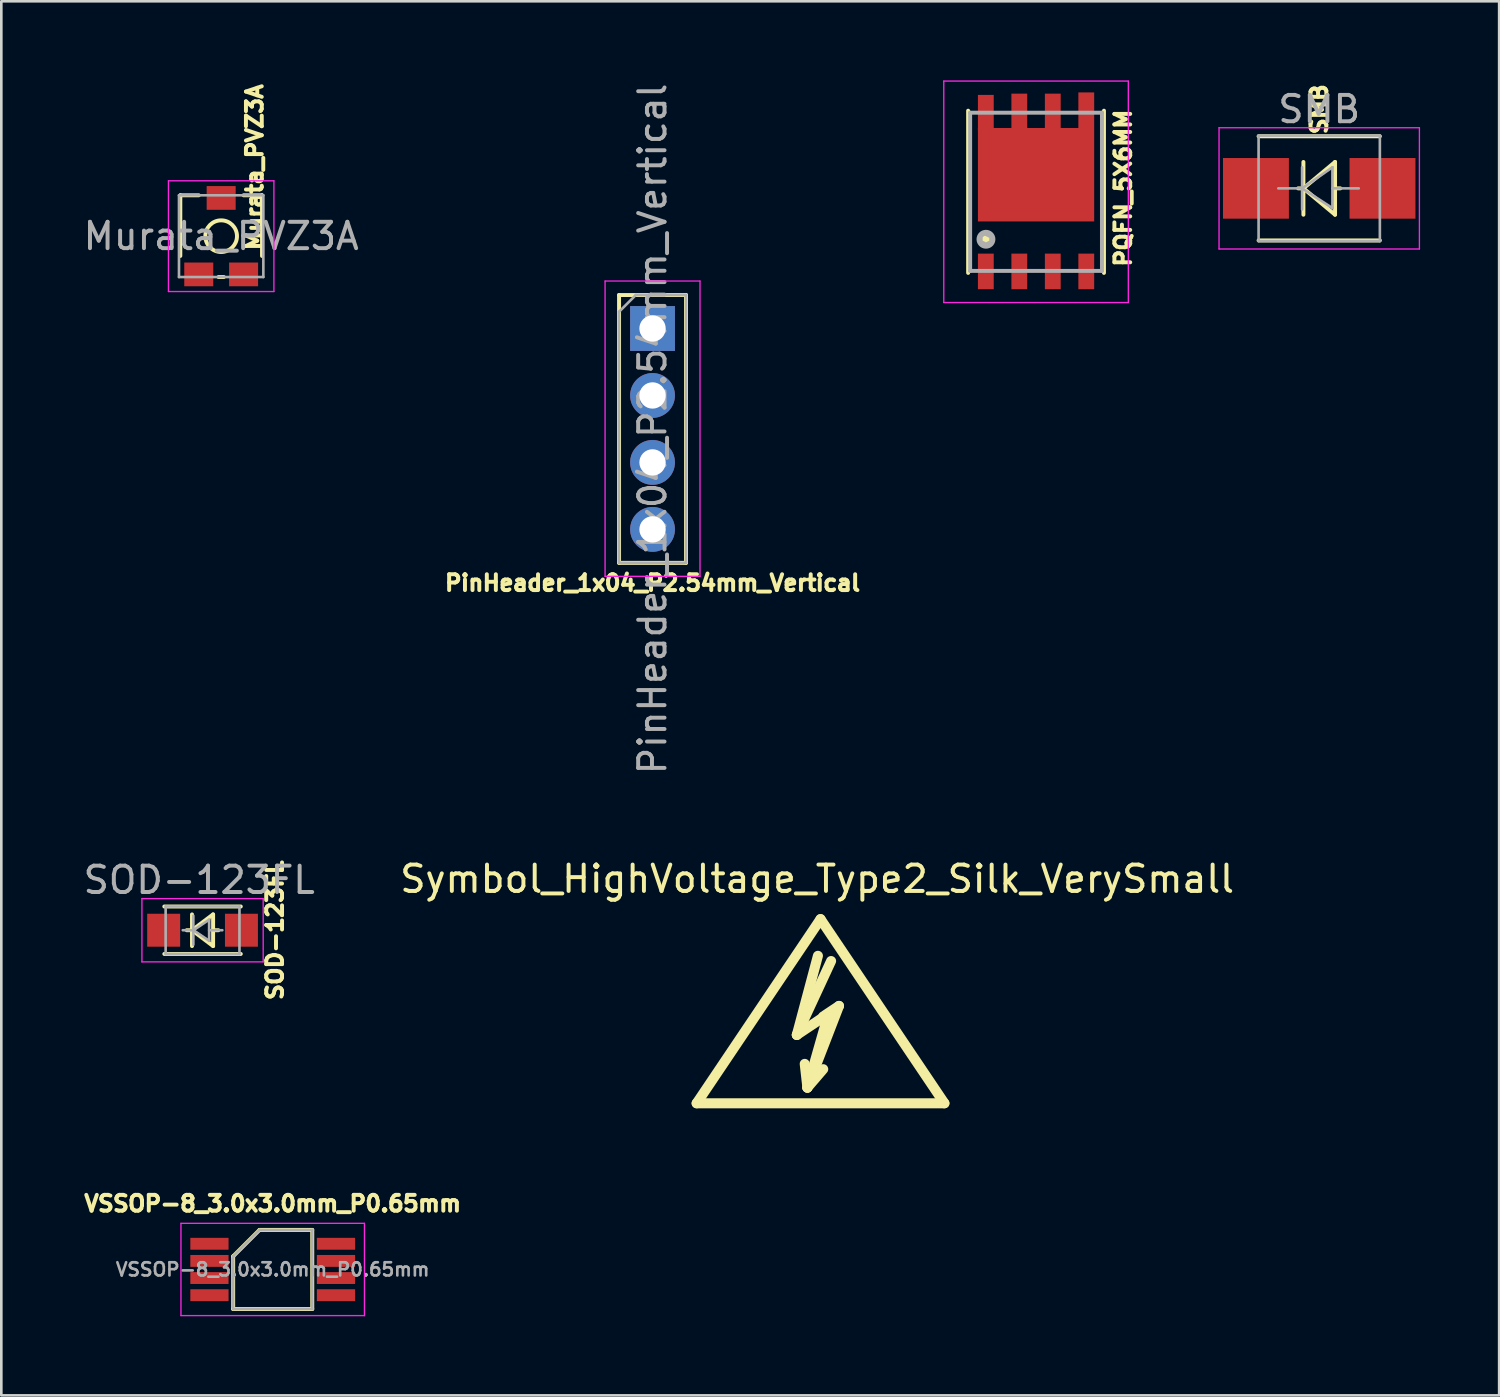
<source format=kicad_pcb>
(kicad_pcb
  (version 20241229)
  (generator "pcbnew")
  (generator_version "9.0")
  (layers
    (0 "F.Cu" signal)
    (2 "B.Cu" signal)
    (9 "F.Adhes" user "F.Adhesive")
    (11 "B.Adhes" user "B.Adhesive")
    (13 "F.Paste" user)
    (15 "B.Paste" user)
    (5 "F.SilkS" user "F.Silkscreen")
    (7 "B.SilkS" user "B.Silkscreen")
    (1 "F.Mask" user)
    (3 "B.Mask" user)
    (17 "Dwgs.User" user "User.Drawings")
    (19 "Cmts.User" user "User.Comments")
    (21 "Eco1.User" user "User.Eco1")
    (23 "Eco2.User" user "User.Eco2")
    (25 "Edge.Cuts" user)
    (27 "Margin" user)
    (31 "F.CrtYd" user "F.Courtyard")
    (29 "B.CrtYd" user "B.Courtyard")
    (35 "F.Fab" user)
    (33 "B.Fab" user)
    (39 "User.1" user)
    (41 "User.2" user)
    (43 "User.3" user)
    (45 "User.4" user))
  (footprint "SOD-123FL"
    (layer "F.Cu")
    (at 4.633 32.234)
    (property "Reference" "SOD-123FL" (at 2.745 0 90) (layer "F.SilkS") (effects (font (size 0.6 0.6) (thickness 0.15))))
    (attr smd)
    (fp_line (start -1.45 0.9) (end 1.45 0.9) (stroke (width 0.15) (type solid)) (layer "F.SilkS"))
    (fp_line (start -0.6 0) (end -0.4 0) (stroke (width 0.15) (type solid)) (layer "F.SilkS"))
    (fp_line (start -0.4 -0.6) (end -0.4 0.6) (stroke (width 0.15) (type solid)) (layer "F.SilkS"))
    (fp_line (start -0.4 0) (end 0.4 0.6) (stroke (width 0.15) (type solid)) (layer "F.SilkS"))
    (fp_line (start 0.4 -0.6) (end -0.4 0) (stroke (width 0.15) (type solid)) (layer "F.SilkS"))
    (fp_line (start 0.4 -0.6) (end 0.4 0.6) (stroke (width 0.15) (type solid)) (layer "F.SilkS"))
    (fp_line (start 0.6 0) (end 0.4 0) (stroke (width 0.15) (type solid)) (layer "F.SilkS"))
    (fp_line (start 1.45 -0.9) (end -1.45 -0.9) (stroke (width 0.15) (type solid)) (layer "F.SilkS"))
    (fp_line (start -2.3 -1.2) (end -2.3 1.2) (stroke (width 0.05) (type solid)) (layer "F.CrtYd"))
    (fp_line (start -2.3 -1.2) (end 2.3 -1.2) (stroke (width 0.05) (type solid)) (layer "F.CrtYd"))
    (fp_line (start 2.3 -1.2) (end 2.3 1.2) (stroke (width 0.05) (type solid)) (layer "F.CrtYd"))
    (fp_line (start 2.3 1.2) (end -2.3 1.2) (stroke (width 0.05) (type solid)) (layer "F.CrtYd"))
    (fp_line (start -1.4 -0.9) (end 1.4 -0.9) (stroke (width 0.1) (type solid)) (layer "F.Fab"))
    (fp_line (start -1.4 0.9) (end -1.4 -0.9) (stroke (width 0.1) (type solid)) (layer "F.Fab"))
    (fp_line (start -0.75 0) (end -0.35 0) (stroke (width 0.1) (type solid)) (layer "F.Fab"))
    (fp_line (start -0.35 0) (end -0.35 -0.55) (stroke (width 0.1) (type solid)) (layer "F.Fab"))
    (fp_line (start -0.35 0) (end -0.35 0.55) (stroke (width 0.1) (type solid)) (layer "F.Fab"))
    (fp_line (start -0.35 0) (end 0.25 -0.4) (stroke (width 0.1) (type solid)) (layer "F.Fab"))
    (fp_line (start 0.25 -0.4) (end 0.25 0.4) (stroke (width 0.1) (type solid)) (layer "F.Fab"))
    (fp_line (start 0.25 0) (end 0.75 0) (stroke (width 0.1) (type solid)) (layer "F.Fab"))
    (fp_line (start 0.25 0.4) (end -0.35 0) (stroke (width 0.1) (type solid)) (layer "F.Fab"))
    (fp_line (start 1.4 -0.9) (end 1.4 0.9) (stroke (width 0.1) (type solid)) (layer "F.Fab"))
    (fp_line (start 1.4 0.9) (end -1.4 0.9) (stroke (width 0.1) (type solid)) (layer "F.Fab"))
    (fp_text user "${REFERENCE}" (at -0.127 -1.905 0) (layer "F.Fab") (effects (font (size 1 1) (thickness 0.15))))
    (pad "1" smd rect (at -1.475 0) (size 1.25 1.25) (layers "F.Cu" "F.Mask" "F.Paste"))
    (pad "2" smd rect (at 1.475 0) (size 1.25 1.25) (layers "F.Cu" "F.Mask" "F.Paste")))
  (footprint "PQFN_5X6MM"
    (layer "F.Cu")
    (at 36.248 4.225)
    (property "Reference" "PQFN_5X6MM" (at 3.302 -0.14 270) (layer "F.SilkS") (effects (font (size 0.6 0.6) (thickness 0.15))))
    (attr through_hole)
    (fp_line (start -2.576 3.076) (end -2.576 -3.076) (stroke (width 0.15) (type solid)) (layer "F.SilkS"))
    (fp_line (start 2.576 3.076) (end 2.576 -3.076) (stroke (width 0.15) (type solid)) (layer "F.SilkS"))
    (fp_circle (center -1.9 1.8) (end -1.7 1.7) (stroke (width 0.15) (type solid)) (fill no) (layer "F.SilkS"))
    (fp_poly (pts (xy -2.1 1.8) (xy -2 1.6) (xy -1.7 1.7) (xy -1.8 2) (xy -2 2)) (stroke (width 0.15) (type solid)) (fill yes) (layer "F.SilkS"))
    (fp_line (start -3.5 -4.2) (end -3.5 4.2) (stroke (width 0.05) (type solid)) (layer "F.CrtYd"))
    (fp_line (start -3.5 4.2) (end 3.5 4.2) (stroke (width 0.05) (type solid)) (layer "F.CrtYd"))
    (fp_line (start 3.5 -4.2) (end -3.5 -4.2) (stroke (width 0.05) (type solid)) (layer "F.CrtYd"))
    (fp_line (start 3.5 4.2) (end 3.5 -4.2) (stroke (width 0.05) (type solid)) (layer "F.CrtYd"))
    (fp_line (start -2.5 -3) (end 2.5 -3) (stroke (width 0.15) (type solid)) (layer "F.Fab"))
    (fp_line (start -2.5 3) (end -2.5 -3) (stroke (width 0.15) (type solid)) (layer "F.Fab"))
    (fp_line (start 2.5 -3) (end 2.5 3) (stroke (width 0.15) (type solid)) (layer "F.Fab"))
    (fp_line (start 2.5 3) (end -2.5 3) (stroke (width 0.15) (type solid)) (layer "F.Fab"))
    (fp_circle (center -1.9 1.8) (end -1.7 1.6) (stroke (width 0.15) (type solid)) (fill no) (layer "F.Fab"))
    (fp_poly (pts (xy -2.1 1.7) (xy -2 1.6) (xy -1.9 1.6) (xy -1.7 1.7) (xy -1.7 1.9) (xy -1.9 2) (xy -2.1 1.9)) (stroke (width 0.15) (type solid)) (fill no) (layer "F.Fab"))
    (pad "1" smd rect (at -1.905 3.02) (size 0.6 1.35) (layers "F.Cu" "F.Mask" "F.Paste"))
    (pad "2" smd rect (at -0.635 3.02) (size 0.6 1.35) (layers "F.Cu" "F.Mask" "F.Paste"))
    (pad "3" smd rect (at 0.635 3.02) (size 0.6 1.35) (layers "F.Cu" "F.Mask" "F.Paste"))
    (pad "4" smd rect (at 1.905 3.02) (size 0.6 1.35) (layers "F.Cu" "F.Mask" "F.Paste"))
    (pad "5" smd rect (at 0 -0.648) (size 4.41 3.545) (layers "F.Cu" "F.Mask" "F.Paste"))
    (pad "5" smd rect (at 1.905 -3.095) (size 0.6 1.35) (layers "F.Cu" "F.Mask" "F.Paste"))
    (pad "6" smd rect (at 0.635 -3.048) (size 0.6 1.35) (layers "F.Cu" "F.Mask" "F.Paste"))
    (pad "7" smd rect (at -0.635 -3.048) (size 0.6 1.35) (layers "F.Cu" "F.Mask" "F.Paste"))
    (pad "8" smd rect (at -1.905 -3) (size 0.6 1.35) (layers "F.Cu" "F.Mask" "F.Paste")))
  (footprint "VSSOP-8_3.0x3.0mm_P0.65mm"
    (layer "F.Cu")
    (at 7.294 45.102)
    (property "Reference" "VSSOP-8_3.0x3.0mm_P0.65mm" (at 0 -2.5 0) (layer "F.SilkS") (effects (font (size 0.6 0.6) (thickness 0.15))))
    (attr smd)
    (fp_line (start -1.5 1.5) (end -1.5 -0.5) (stroke (width 0.15) (type solid)) (layer "F.SilkS"))
    (fp_line (start -0.5 -1.5) (end -1.5 -0.5) (stroke (width 0.15) (type solid)) (layer "F.SilkS"))
    (fp_line (start -0.5 -1.5) (end 1.5 -1.5) (stroke (width 0.15) (type solid)) (layer "F.SilkS"))
    (fp_line (start 1.5 -1.5) (end 1.5 1.5) (stroke (width 0.15) (type solid)) (layer "F.SilkS"))
    (fp_line (start 1.5 1.5) (end -1.5 1.5) (stroke (width 0.15) (type solid)) (layer "F.SilkS"))
    (fp_line (start -3.48 -1.75) (end 3.48 -1.75) (stroke (width 0.05) (type solid)) (layer "F.CrtYd"))
    (fp_line (start -3.48 1.75) (end -3.48 -1.75) (stroke (width 0.05) (type solid)) (layer "F.CrtYd"))
    (fp_line (start 3.48 -1.75) (end 3.48 1.75) (stroke (width 0.05) (type solid)) (layer "F.CrtYd"))
    (fp_line (start 3.48 1.75) (end -3.48 1.75) (stroke (width 0.05) (type solid)) (layer "F.CrtYd"))
    (fp_line (start -1.5 1.5) (end -1.5 -0.5) (stroke (width 0.1) (type solid)) (layer "F.Fab"))
    (fp_line (start -0.5 -1.5) (end -1.5 -0.5) (stroke (width 0.1) (type solid)) (layer "F.Fab"))
    (fp_line (start -0.5 -1.5) (end 1.5 -1.5) (stroke (width 0.1) (type solid)) (layer "F.Fab"))
    (fp_line (start 1.5 -1.5) (end 1.5 1.5) (stroke (width 0.1) (type solid)) (layer "F.Fab"))
    (fp_line (start 1.5 1.5) (end -1.5 1.5) (stroke (width 0.1) (type solid)) (layer "F.Fab"))
    (fp_text user "${REFERENCE}" (at 0 0 0) (layer "F.Fab") (effects (font (size 0.5 0.5) (thickness 0.1))))
    (pad "1" smd rect (at -2.4 -0.975 270) (size 0.45 1.45) (layers "F.Cu" "F.Mask" "F.Paste"))
    (pad "2" smd rect (at -2.4 -0.325 270) (size 0.45 1.45) (layers "F.Cu" "F.Mask" "F.Paste"))
    (pad "3" smd rect (at -2.4 0.325 270) (size 0.45 1.45) (layers "F.Cu" "F.Mask" "F.Paste"))
    (pad "4" smd rect (at -2.4 0.975 270) (size 0.45 1.45) (layers "F.Cu" "F.Mask" "F.Paste"))
    (pad "5" smd rect (at 2.4 0.975 270) (size 0.45 1.45) (layers "F.Cu" "F.Mask" "F.Paste"))
    (pad "6" smd rect (at 2.4 0.325 270) (size 0.45 1.45) (layers "F.Cu" "F.Mask" "F.Paste"))
    (pad "7" smd rect (at 2.4 -0.325 270) (size 0.45 1.45) (layers "F.Cu" "F.Mask" "F.Paste"))
    (pad "8" smd rect (at 2.4 -0.975 270) (size 0.45 1.45) (layers "F.Cu" "F.Mask" "F.Paste")))
  (footprint "SMB"
    (layer "F.Cu")
    (at 46.989 4.094)
    (property "Reference" "SMB" (at 0 -3 90) (layer "F.SilkS") (effects (font (size 0.6 0.6) (thickness 0.15))))
    (attr smd)
    (fp_line (start -2.3 -1.975) (end 2.3 -1.975) (stroke (width 0.15) (type solid)) (layer "F.SilkS"))
    (fp_line (start -2.3 1.975) (end 2.3 1.975) (stroke (width 0.15) (type solid)) (layer "F.SilkS"))
    (fp_line (start -0.8 0) (end -0.6 0) (stroke (width 0.15) (type solid)) (layer "F.SilkS"))
    (fp_line (start -0.6 -1) (end -0.6 1) (stroke (width 0.15) (type solid)) (layer "F.SilkS"))
    (fp_line (start -0.6 0) (end 0.6 -1) (stroke (width 0.15) (type solid)) (layer "F.SilkS"))
    (fp_line (start 0.6 -1) (end 0.6 1) (stroke (width 0.15) (type solid)) (layer "F.SilkS"))
    (fp_line (start 0.6 1) (end -0.6 0) (stroke (width 0.15) (type solid)) (layer "F.SilkS"))
    (fp_line (start 0.8 0) (end 0.6 0) (stroke (width 0.15) (type solid)) (layer "F.SilkS"))
    (fp_line (start -3.8 -2.3) (end 3.8 -2.3) (stroke (width 0.05) (type solid)) (layer "F.CrtYd"))
    (fp_line (start -3.8 2.3) (end -3.8 -2.3) (stroke (width 0.05) (type solid)) (layer "F.CrtYd"))
    (fp_line (start 3.8 -2.3) (end 3.8 2.3) (stroke (width 0.05) (type solid)) (layer "F.CrtYd"))
    (fp_line (start 3.8 2.3) (end -3.8 2.3) (stroke (width 0.05) (type solid)) (layer "F.CrtYd"))
    (fp_line (start -2.3 2) (end -2.3 -2) (stroke (width 0.1) (type solid)) (layer "F.Fab"))
    (fp_line (start -0.649 -0.799) (end -0.649 0.801) (stroke (width 0.1) (type solid)) (layer "F.Fab"))
    (fp_line (start -0.649 0.001) (end -1.551 0.001) (stroke (width 0.1) (type solid)) (layer "F.Fab"))
    (fp_line (start -0.649 0.001) (end 0.501 -0.799) (stroke (width 0.1) (type solid)) (layer "F.Fab"))
    (fp_line (start -0.649 0.001) (end 0.501 0.75) (stroke (width 0.1) (type solid)) (layer "F.Fab"))
    (fp_line (start 0.501 0.001) (end 1.499 0.001) (stroke (width 0.1) (type solid)) (layer "F.Fab"))
    (fp_line (start 0.501 0.75) (end 0.501 -0.799) (stroke (width 0.1) (type solid)) (layer "F.Fab"))
    (fp_line (start 2.3 -2) (end -2.3 -2) (stroke (width 0.1) (type solid)) (layer "F.Fab"))
    (fp_line (start 2.3 -2) (end 2.3 2) (stroke (width 0.1) (type solid)) (layer "F.Fab"))
    (fp_line (start 2.3 2) (end -2.3 2) (stroke (width 0.1) (type solid)) (layer "F.Fab"))
    (fp_text user "${REFERENCE}" (at 0 -3 0) (layer "F.Fab") (effects (font (size 1 1) (thickness 0.15))))
    (pad "1" smd rect (at -2.4 0) (size 2.5 2.3) (layers "F.Cu" "F.Mask" "F.Paste"))
    (pad "2" smd rect (at 2.4 0) (size 2.5 2.3) (layers "F.Cu" "F.Mask" "F.Paste")))
  (footprint "PinHeader_1x04_P2.54mm_Vertical"
    (layer "F.Cu")
    (at 21.701 9.41)
    (property "Reference" "PinHeader_1x04_P2.54mm_Vertical" (at 0 9.652 0) (layer "F.SilkS") (effects (font (size 0.6 0.6) (thickness 0.15))))
    (attr through_hole)
    (fp_line (start -1.27 -1.27) (end -1.27 8.89) (stroke (width 0.15) (type solid)) (layer "F.SilkS"))
    (fp_line (start -1.27 8.89) (end 1.27 8.89) (stroke (width 0.15) (type solid)) (layer "F.SilkS"))
    (fp_line (start 1.27 -1.27) (end -1.27 -1.27) (stroke (width 0.15) (type solid)) (layer "F.SilkS"))
    (fp_line (start 1.27 -1.27) (end 1.27 8.89) (stroke (width 0.15) (type solid)) (layer "F.SilkS"))
    (fp_line (start -1.8 -1.8) (end -1.8 9.4) (stroke (width 0.05) (type solid)) (layer "F.CrtYd"))
    (fp_line (start -1.8 9.4) (end 1.8 9.4) (stroke (width 0.05) (type solid)) (layer "F.CrtYd"))
    (fp_line (start 1.8 -1.8) (end -1.8 -1.8) (stroke (width 0.05) (type solid)) (layer "F.CrtYd"))
    (fp_line (start 1.8 9.4) (end 1.8 -1.8) (stroke (width 0.05) (type solid)) (layer "F.CrtYd"))
    (fp_line (start -1.27 -0.635) (end -0.635 -1.27) (stroke (width 0.1) (type solid)) (layer "F.Fab"))
    (fp_line (start -1.27 8.89) (end -1.27 -0.635) (stroke (width 0.1) (type solid)) (layer "F.Fab"))
    (fp_line (start -0.635 -1.27) (end 1.27 -1.27) (stroke (width 0.1) (type solid)) (layer "F.Fab"))
    (fp_line (start 1.27 -1.27) (end 1.27 8.89) (stroke (width 0.1) (type solid)) (layer "F.Fab"))
    (fp_line (start 1.27 8.89) (end -1.27 8.89) (stroke (width 0.1) (type solid)) (layer "F.Fab"))
    (fp_text user "${REFERENCE}" (at 0 3.81 90) (layer "F.Fab") (effects (font (size 1 1) (thickness 0.15))))
    (pad "1" thru_hole rect (at 0 0) (size 1.7 1.7) (drill 1) (layers "*.Cu" "*.Mask"))
    (pad "2" thru_hole oval (at 0 2.54) (size 1.7 1.7) (drill 1) (layers "*.Cu" "*.Mask"))
    (pad "3" thru_hole oval (at 0 5.08) (size 1.7 1.7) (drill 1) (layers "*.Cu" "*.Mask"))
    (pad "4" thru_hole oval (at 0 7.62) (size 1.7 1.7) (drill 1) (layers "*.Cu" "*.Mask")))
  (footprint "Symbol_HighVoltage_Type2_Silk_VerySmall"
    (layer "F.Cu")
    (at 28.073 36.004)
    (property "Reference" "Symbol_HighVoltage_Type2_Silk_VerySmall" (at -0.127 -5.715 0) (layer "F.SilkS") (effects (font (size 1 1) (thickness 0.15))))
    (attr through_hole)
    (fp_line (start -4.699 2.794) (end 0 -4.191) (stroke (width 0.381) (type solid)) (layer "F.SilkS"))
    (fp_line (start -0.899 0.201) (end 0.3 -0.599) (stroke (width 0.381) (type solid)) (layer "F.SilkS"))
    (fp_line (start -0.899 0.201) (end 0.401 -2.601) (stroke (width 0.381) (type solid)) (layer "F.SilkS"))
    (fp_line (start -0.498 2.2) (end -0.599 1.3) (stroke (width 0.381) (type solid)) (layer "F.SilkS"))
    (fp_line (start -0.498 2.2) (end 0.102 1.501) (stroke (width 0.381) (type solid)) (layer "F.SilkS"))
    (fp_line (start -0.498 2.2) (end 0.701 -0.899) (stroke (width 0.381) (type solid)) (layer "F.SilkS"))
    (fp_line (start -0.099 -2.799) (end -0.899 0.201) (stroke (width 0.381) (type solid)) (layer "F.SilkS"))
    (fp_line (start 0 -4.191) (end 4.699 2.794) (stroke (width 0.381) (type solid)) (layer "F.SilkS"))
    (fp_line (start 0.3 -0.599) (end -0.498 2.2) (stroke (width 0.381) (type solid)) (layer "F.SilkS"))
    (fp_line (start 0.701 -0.899) (end 0.102 -0.5) (stroke (width 0.381) (type solid)) (layer "F.SilkS"))
    (fp_line (start 4.699 2.794) (end -4.699 2.794) (stroke (width 0.381) (type solid)) (layer "F.SilkS")))
  (footprint "Murata_PVZ3A"
    (layer "F.Cu")
    (at 5.339 5.908)
    (property "Reference" "Murata_PVZ3A" (at 1.27 -2.614 90) (layer "F.SilkS") (effects (font (size 0.6 0.6) (thickness 0.15))))
    (attr smd)
    (fp_line (start -1.55 -1.55) (end -0.85 -1.55) (stroke (width 0.15) (type solid)) (layer "F.SilkS"))
    (fp_line (start -1.55 0.75) (end -1.55 -1.55) (stroke (width 0.15) (type solid)) (layer "F.SilkS"))
    (fp_line (start 0.1 1.55) (end -0.1 1.55) (stroke (width 0.15) (type solid)) (layer "F.SilkS"))
    (fp_line (start 1.55 -1.55) (end 0.85 -1.55) (stroke (width 0.15) (type solid)) (layer "F.SilkS"))
    (fp_line (start 1.55 0.75) (end 1.55 -1.55) (stroke (width 0.15) (type solid)) (layer "F.SilkS"))
    (fp_circle (center 0 0) (end 0.6 0) (stroke (width 0.15) (type solid)) (fill no) (layer "F.SilkS"))
    (fp_line (start -2 -2.1) (end -2 2.1) (stroke (width 0.05) (type solid)) (layer "F.CrtYd"))
    (fp_line (start -2 2.1) (end 2 2.1) (stroke (width 0.05) (type solid)) (layer "F.CrtYd"))
    (fp_line (start 2 -2.1) (end -2 -2.1) (stroke (width 0.05) (type solid)) (layer "F.CrtYd"))
    (fp_line (start 2 2.1) (end 2 -2.1) (stroke (width 0.05) (type solid)) (layer "F.CrtYd"))
    (fp_line (start -1.6 -1.55) (end -1.6 1.55) (stroke (width 0.1) (type solid)) (layer "F.Fab"))
    (fp_line (start -1.6 1.55) (end 1.6 1.55) (stroke (width 0.1) (type solid)) (layer "F.Fab"))
    (fp_line (start 1.6 -1.55) (end -1.6 -1.55) (stroke (width 0.1) (type solid)) (layer "F.Fab"))
    (fp_line (start 1.6 1.55) (end 1.6 -1.55) (stroke (width 0.1) (type solid)) (layer "F.Fab"))
    (fp_text user "${REFERENCE}" (at 0 0 0) (layer "F.Fab") (effects (font (size 1 1) (thickness 0.15))))
    (pad "1" smd rect (at -0.85 1.45) (size 1.1 0.9) (layers "F.Cu" "F.Mask" "F.Paste"))
    (pad "2" smd rect (at 0 -1.45) (size 1.1 0.9) (layers "F.Cu" "F.Mask" "F.Paste"))
    (pad "3" smd rect (at 0.85 1.45) (size 1.1 0.9) (layers "F.Cu" "F.Mask" "F.Paste")))
  (gr_rect
    (start -3 -3)
    (end 53.814 49.877)
    (stroke (width 0.1) (type default))
    (fill no)
    (layer "Edge.Cuts")))
</source>
